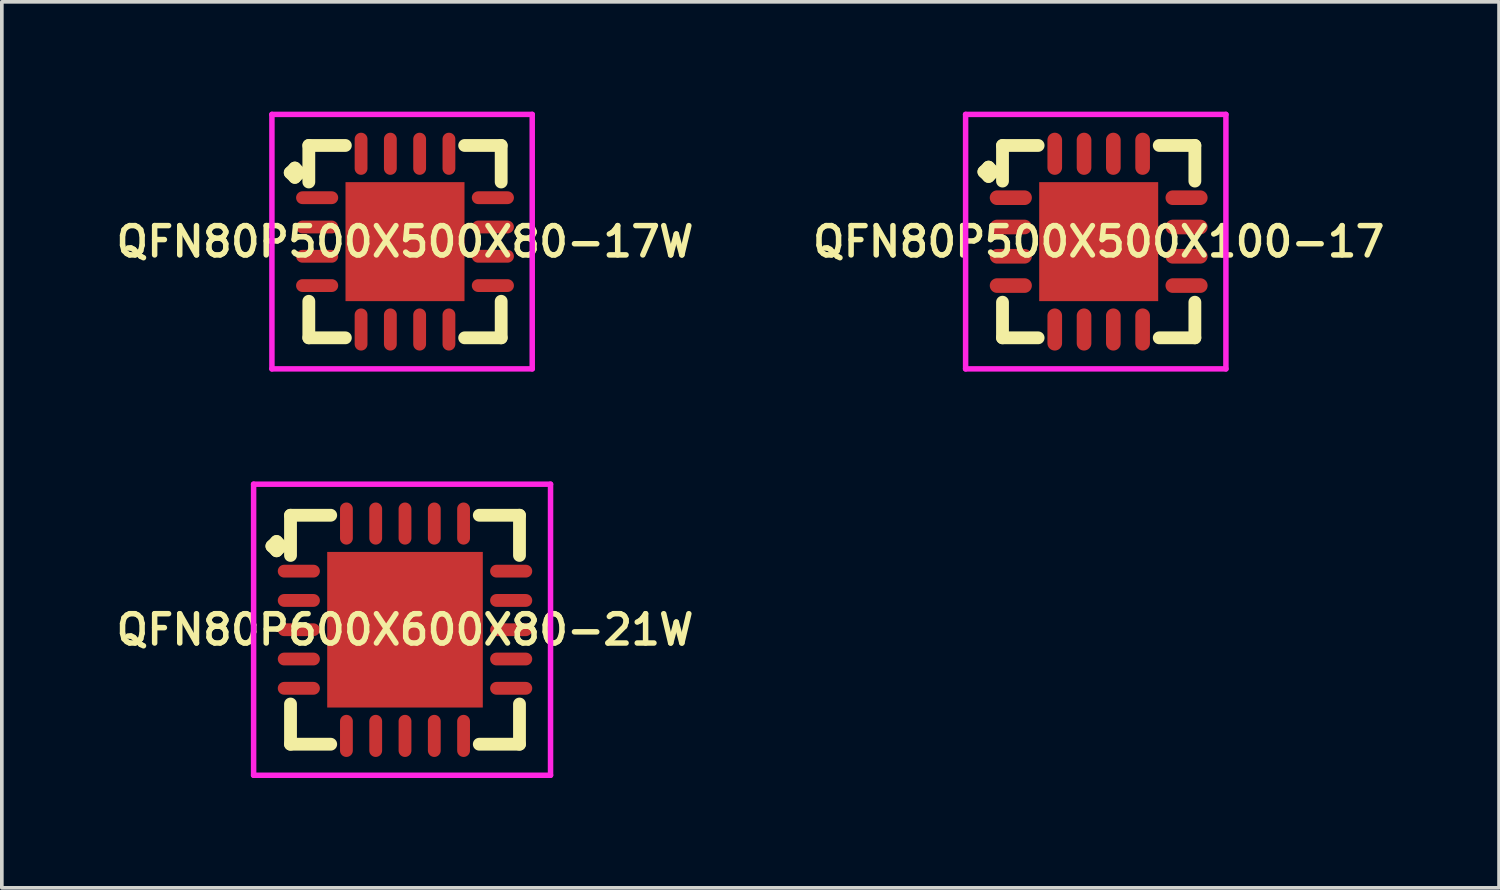
<source format=kicad_pcb>
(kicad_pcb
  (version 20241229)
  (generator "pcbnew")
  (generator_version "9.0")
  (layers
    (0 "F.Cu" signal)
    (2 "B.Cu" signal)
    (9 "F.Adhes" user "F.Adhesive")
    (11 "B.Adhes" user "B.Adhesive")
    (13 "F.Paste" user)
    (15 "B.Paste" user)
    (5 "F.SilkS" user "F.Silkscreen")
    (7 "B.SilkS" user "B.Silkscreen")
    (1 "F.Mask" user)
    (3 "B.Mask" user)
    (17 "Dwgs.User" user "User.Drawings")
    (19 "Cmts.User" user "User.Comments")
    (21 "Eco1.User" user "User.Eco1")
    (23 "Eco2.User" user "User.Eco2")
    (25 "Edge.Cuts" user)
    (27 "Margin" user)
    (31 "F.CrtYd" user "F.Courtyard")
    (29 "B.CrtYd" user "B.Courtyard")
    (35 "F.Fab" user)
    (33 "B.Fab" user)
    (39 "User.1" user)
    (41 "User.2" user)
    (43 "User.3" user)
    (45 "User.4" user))
  (footprint "QFN80P500X500X80-17W"
    (layer "F.Cu")
    (at 8.012 3.55)
    (property "Reference" "QFN80P500X500X80-17W" (at 0 0 0) (layer "F.SilkS") (effects (font (size 0.8 0.8) (thickness 0.15))))
    (attr smd)
    (fp_line (start -3.135 -1.883) (end -3.008 -2.01) (stroke (width 0.35) (type solid)) (layer "F.SilkS"))
    (fp_line (start -3.008 -2.01) (end -2.881 -1.883) (stroke (width 0.35) (type solid)) (layer "F.SilkS"))
    (fp_line (start -3.008 -1.756) (end -3.135 -1.883) (stroke (width 0.35) (type solid)) (layer "F.SilkS"))
    (fp_line (start -2.881 -1.883) (end -3.008 -1.756) (stroke (width 0.35) (type solid)) (layer "F.SilkS"))
    (fp_line (start -2.627 -2.627) (end -1.629 -2.627) (stroke (width 0.35) (type solid)) (layer "F.SilkS"))
    (fp_line (start -2.627 -1.629) (end -2.627 -2.627) (stroke (width 0.35) (type solid)) (layer "F.SilkS"))
    (fp_line (start -2.627 1.629) (end -2.627 2.627) (stroke (width 0.35) (type solid)) (layer "F.SilkS"))
    (fp_line (start -2.627 2.627) (end -1.629 2.627) (stroke (width 0.35) (type solid)) (layer "F.SilkS"))
    (fp_line (start 1.629 -2.627) (end 2.627 -2.627) (stroke (width 0.35) (type solid)) (layer "F.SilkS"))
    (fp_line (start 1.629 2.627) (end 2.627 2.627) (stroke (width 0.35) (type solid)) (layer "F.SilkS"))
    (fp_line (start 2.627 -2.627) (end 2.627 -1.629) (stroke (width 0.35) (type solid)) (layer "F.SilkS"))
    (fp_line (start 2.627 2.627) (end 2.627 1.629) (stroke (width 0.35) (type solid)) (layer "F.SilkS"))
    (fp_line (start -3.635 -3.475) (end 3.475 -3.475) (stroke (width 0.15) (type solid)) (layer "F.CrtYd"))
    (fp_line (start -3.635 3.475) (end -3.635 -3.475) (stroke (width 0.15) (type solid)) (layer "F.CrtYd"))
    (fp_line (start 3.475 -3.475) (end 3.475 3.475) (stroke (width 0.15) (type solid)) (layer "F.CrtYd"))
    (fp_line (start 3.475 3.475) (end -3.635 3.475) (stroke (width 0.15) (type solid)) (layer "F.CrtYd"))
    (pad "1" smd oval (at -2.4 -1.2) (size 1.15 0.35) (layers "F.Cu" "F.Mask" "F.Paste"))
    (pad "2" smd oval (at -2.4 -0.4) (size 1.15 0.35) (layers "F.Cu" "F.Mask" "F.Paste"))
    (pad "3" smd oval (at -2.4 0.4) (size 1.15 0.35) (layers "F.Cu" "F.Mask" "F.Paste"))
    (pad "4" smd oval (at -2.4 1.2) (size 1.15 0.35) (layers "F.Cu" "F.Mask" "F.Paste"))
    (pad "5" smd oval (at -1.2 2.4) (size 0.35 1.15) (layers "F.Cu" "F.Mask" "F.Paste"))
    (pad "6" smd oval (at -0.4 2.4) (size 0.35 1.15) (layers "F.Cu" "F.Mask" "F.Paste"))
    (pad "7" smd oval (at 0.4 2.4) (size 0.35 1.15) (layers "F.Cu" "F.Mask" "F.Paste"))
    (pad "8" smd oval (at 1.2 2.4) (size 0.35 1.15) (layers "F.Cu" "F.Mask" "F.Paste"))
    (pad "9" smd oval (at 2.4 1.2) (size 1.15 0.35) (layers "F.Cu" "F.Mask" "F.Paste"))
    (pad "10" smd oval (at 2.4 0.4) (size 1.15 0.35) (layers "F.Cu" "F.Mask" "F.Paste"))
    (pad "11" smd oval (at 2.4 -0.4) (size 1.15 0.35) (layers "F.Cu" "F.Mask" "F.Paste"))
    (pad "12" smd oval (at 2.4 -1.2) (size 1.15 0.35) (layers "F.Cu" "F.Mask" "F.Paste"))
    (pad "13" smd oval (at 1.2 -2.4) (size 0.35 1.15) (layers "F.Cu" "F.Mask" "F.Paste"))
    (pad "14" smd oval (at 0.4 -2.4) (size 0.35 1.15) (layers "F.Cu" "F.Mask" "F.Paste"))
    (pad "15" smd oval (at -0.4 -2.4) (size 0.35 1.15) (layers "F.Cu" "F.Mask" "F.Paste"))
    (pad "16" smd oval (at -1.2 -2.4) (size 0.35 1.15) (layers "F.Cu" "F.Mask" "F.Paste"))
    (pad "17" smd rect (at 0 0) (size 3.25 3.25) (layers "F.Cu" "F.Mask" "F.Paste")))
  (footprint "QFN80P500X500X100-17"
    (layer "F.Cu")
    (at 26.959 3.55)
    (property "Reference" "QFN80P500X500X100-17" (at 0 0 0) (layer "F.SilkS") (effects (font (size 0.8 0.8) (thickness 0.15))))
    (attr through_hole)
    (fp_line (start -3.135 -1.908) (end -3.008 -2.035) (stroke (width 0.35) (type solid)) (layer "F.SilkS"))
    (fp_line (start -3.008 -2.035) (end -2.881 -1.908) (stroke (width 0.35) (type solid)) (layer "F.SilkS"))
    (fp_line (start -3.008 -1.781) (end -3.135 -1.908) (stroke (width 0.35) (type solid)) (layer "F.SilkS"))
    (fp_line (start -2.881 -1.908) (end -3.008 -1.781) (stroke (width 0.35) (type solid)) (layer "F.SilkS"))
    (fp_line (start -2.627 -2.627) (end -1.654 -2.627) (stroke (width 0.35) (type solid)) (layer "F.SilkS"))
    (fp_line (start -2.627 -1.654) (end -2.627 -2.627) (stroke (width 0.35) (type solid)) (layer "F.SilkS"))
    (fp_line (start -2.627 1.654) (end -2.627 2.627) (stroke (width 0.35) (type solid)) (layer "F.SilkS"))
    (fp_line (start -2.627 2.627) (end -1.654 2.627) (stroke (width 0.35) (type solid)) (layer "F.SilkS"))
    (fp_line (start 1.654 -2.627) (end 2.627 -2.627) (stroke (width 0.35) (type solid)) (layer "F.SilkS"))
    (fp_line (start 1.654 2.627) (end 2.627 2.627) (stroke (width 0.35) (type solid)) (layer "F.SilkS"))
    (fp_line (start 2.627 -2.627) (end 2.627 -1.654) (stroke (width 0.35) (type solid)) (layer "F.SilkS"))
    (fp_line (start 2.627 2.627) (end 2.627 1.654) (stroke (width 0.35) (type solid)) (layer "F.SilkS"))
    (fp_line (start -3.635 -3.475) (end 3.475 -3.475) (stroke (width 0.15) (type solid)) (layer "F.CrtYd"))
    (fp_line (start -3.635 3.475) (end -3.635 -3.475) (stroke (width 0.15) (type solid)) (layer "F.CrtYd"))
    (fp_line (start 3.475 -3.475) (end 3.475 3.475) (stroke (width 0.15) (type solid)) (layer "F.CrtYd"))
    (fp_line (start 3.475 3.475) (end -3.635 3.475) (stroke (width 0.15) (type solid)) (layer "F.CrtYd"))
    (pad "1" smd oval (at -2.4 -1.2) (size 1.15 0.4) (layers "F.Cu" "F.Mask" "F.Paste"))
    (pad "2" smd oval (at -2.4 -0.4) (size 1.15 0.4) (layers "F.Cu" "F.Mask" "F.Paste"))
    (pad "3" smd oval (at -2.4 0.4) (size 1.15 0.4) (layers "F.Cu" "F.Mask" "F.Paste"))
    (pad "4" smd oval (at -2.4 1.2) (size 1.15 0.4) (layers "F.Cu" "F.Mask" "F.Paste"))
    (pad "5" smd oval (at -1.2 2.4) (size 0.4 1.15) (layers "F.Cu" "F.Mask" "F.Paste"))
    (pad "6" smd oval (at -0.4 2.4) (size 0.4 1.15) (layers "F.Cu" "F.Mask" "F.Paste"))
    (pad "7" smd oval (at 0.4 2.4) (size 0.4 1.15) (layers "F.Cu" "F.Mask" "F.Paste"))
    (pad "8" smd oval (at 1.2 2.4) (size 0.4 1.15) (layers "F.Cu" "F.Mask" "F.Paste"))
    (pad "9" smd oval (at 2.4 1.2) (size 1.15 0.4) (layers "F.Cu" "F.Mask" "F.Paste"))
    (pad "10" smd oval (at 2.4 0.4) (size 1.15 0.4) (layers "F.Cu" "F.Mask" "F.Paste"))
    (pad "11" smd oval (at 2.4 -0.4) (size 1.15 0.4) (layers "F.Cu" "F.Mask" "F.Paste"))
    (pad "12" smd oval (at 2.4 -1.2) (size 1.15 0.4) (layers "F.Cu" "F.Mask" "F.Paste"))
    (pad "13" smd oval (at 1.2 -2.4) (size 0.4 1.15) (layers "F.Cu" "F.Mask" "F.Paste"))
    (pad "14" smd oval (at 0.4 -2.4) (size 0.4 1.15) (layers "F.Cu" "F.Mask" "F.Paste"))
    (pad "15" smd oval (at -0.4 -2.4) (size 0.4 1.15) (layers "F.Cu" "F.Mask" "F.Paste"))
    (pad "16" smd oval (at -1.2 -2.4) (size 0.4 1.15) (layers "F.Cu" "F.Mask" "F.Paste"))
    (pad "17" smd rect (at 0 0) (size 3.25 3.25) (layers "F.Cu" "F.Mask" "F.Paste")))
  (footprint "QFN80P600X600X80-21W"
    (layer "F.Cu")
    (at 8.012 14.15)
    (property "Reference" "QFN80P600X600X80-21W" (at 0 0 0) (layer "F.SilkS") (effects (font (size 0.8 0.8) (thickness 0.15))))
    (attr smd)
    (fp_line (start -3.635 -2.283) (end -3.508 -2.41) (stroke (width 0.35) (type solid)) (layer "F.SilkS"))
    (fp_line (start -3.508 -2.41) (end -3.381 -2.283) (stroke (width 0.35) (type solid)) (layer "F.SilkS"))
    (fp_line (start -3.508 -2.156) (end -3.635 -2.283) (stroke (width 0.35) (type solid)) (layer "F.SilkS"))
    (fp_line (start -3.381 -2.283) (end -3.508 -2.156) (stroke (width 0.35) (type solid)) (layer "F.SilkS"))
    (fp_line (start -3.127 -3.127) (end -2.029 -3.127) (stroke (width 0.35) (type solid)) (layer "F.SilkS"))
    (fp_line (start -3.127 -2.029) (end -3.127 -3.127) (stroke (width 0.35) (type solid)) (layer "F.SilkS"))
    (fp_line (start -3.127 2.029) (end -3.127 3.127) (stroke (width 0.35) (type solid)) (layer "F.SilkS"))
    (fp_line (start -3.127 3.127) (end -2.029 3.127) (stroke (width 0.35) (type solid)) (layer "F.SilkS"))
    (fp_line (start 2.029 -3.127) (end 3.127 -3.127) (stroke (width 0.35) (type solid)) (layer "F.SilkS"))
    (fp_line (start 2.029 3.127) (end 3.127 3.127) (stroke (width 0.35) (type solid)) (layer "F.SilkS"))
    (fp_line (start 3.127 -3.127) (end 3.127 -2.029) (stroke (width 0.35) (type solid)) (layer "F.SilkS"))
    (fp_line (start 3.127 3.127) (end 3.127 2.029) (stroke (width 0.35) (type solid)) (layer "F.SilkS"))
    (fp_line (start -4.135 -3.975) (end 3.975 -3.975) (stroke (width 0.15) (type solid)) (layer "F.CrtYd"))
    (fp_line (start -4.135 3.975) (end -4.135 -3.975) (stroke (width 0.15) (type solid)) (layer "F.CrtYd"))
    (fp_line (start 3.975 -3.975) (end 3.975 3.975) (stroke (width 0.15) (type solid)) (layer "F.CrtYd"))
    (fp_line (start 3.975 3.975) (end -4.135 3.975) (stroke (width 0.15) (type solid)) (layer "F.CrtYd"))
    (pad "1" smd oval (at -2.9 -1.6) (size 1.15 0.35) (layers "F.Cu" "F.Mask" "F.Paste"))
    (pad "2" smd oval (at -2.9 -0.8) (size 1.15 0.35) (layers "F.Cu" "F.Mask" "F.Paste"))
    (pad "3" smd oval (at -2.9 0) (size 1.15 0.35) (layers "F.Cu" "F.Mask" "F.Paste"))
    (pad "4" smd oval (at -2.9 0.8) (size 1.15 0.35) (layers "F.Cu" "F.Mask" "F.Paste"))
    (pad "5" smd oval (at -2.9 1.6) (size 1.15 0.35) (layers "F.Cu" "F.Mask" "F.Paste"))
    (pad "6" smd oval (at -1.6 2.9) (size 0.35 1.15) (layers "F.Cu" "F.Mask" "F.Paste"))
    (pad "7" smd oval (at -0.8 2.9) (size 0.35 1.15) (layers "F.Cu" "F.Mask" "F.Paste"))
    (pad "8" smd oval (at 0 2.9) (size 0.35 1.15) (layers "F.Cu" "F.Mask" "F.Paste"))
    (pad "9" smd oval (at 0.8 2.9) (size 0.35 1.15) (layers "F.Cu" "F.Mask" "F.Paste"))
    (pad "10" smd oval (at 1.6 2.9) (size 0.35 1.15) (layers "F.Cu" "F.Mask" "F.Paste"))
    (pad "11" smd oval (at 2.9 1.6) (size 1.15 0.35) (layers "F.Cu" "F.Mask" "F.Paste"))
    (pad "12" smd oval (at 2.9 0.8) (size 1.15 0.35) (layers "F.Cu" "F.Mask" "F.Paste"))
    (pad "13" smd oval (at 2.9 0) (size 1.15 0.35) (layers "F.Cu" "F.Mask" "F.Paste"))
    (pad "14" smd oval (at 2.9 -0.8) (size 1.15 0.35) (layers "F.Cu" "F.Mask" "F.Paste"))
    (pad "15" smd oval (at 2.9 -1.6) (size 1.15 0.35) (layers "F.Cu" "F.Mask" "F.Paste"))
    (pad "16" smd oval (at 1.6 -2.9) (size 0.35 1.15) (layers "F.Cu" "F.Mask" "F.Paste"))
    (pad "17" smd oval (at 0.8 -2.9) (size 0.35 1.15) (layers "F.Cu" "F.Mask" "F.Paste"))
    (pad "18" smd oval (at 0 -2.9) (size 0.35 1.15) (layers "F.Cu" "F.Mask" "F.Paste"))
    (pad "19" smd oval (at -0.8 -2.9) (size 0.35 1.15) (layers "F.Cu" "F.Mask" "F.Paste"))
    (pad "20" smd oval (at -1.6 -2.9) (size 0.35 1.15) (layers "F.Cu" "F.Mask" "F.Paste"))
    (pad "21" smd rect (at 0 0) (size 4.25 4.25) (layers "F.Cu" "F.Mask" "F.Paste")))
  (gr_rect
    (start -3 -3)
    (end 37.894 21.2)
    (stroke (width 0.1) (type default))
    (fill no)
    (layer "Edge.Cuts")))
</source>
